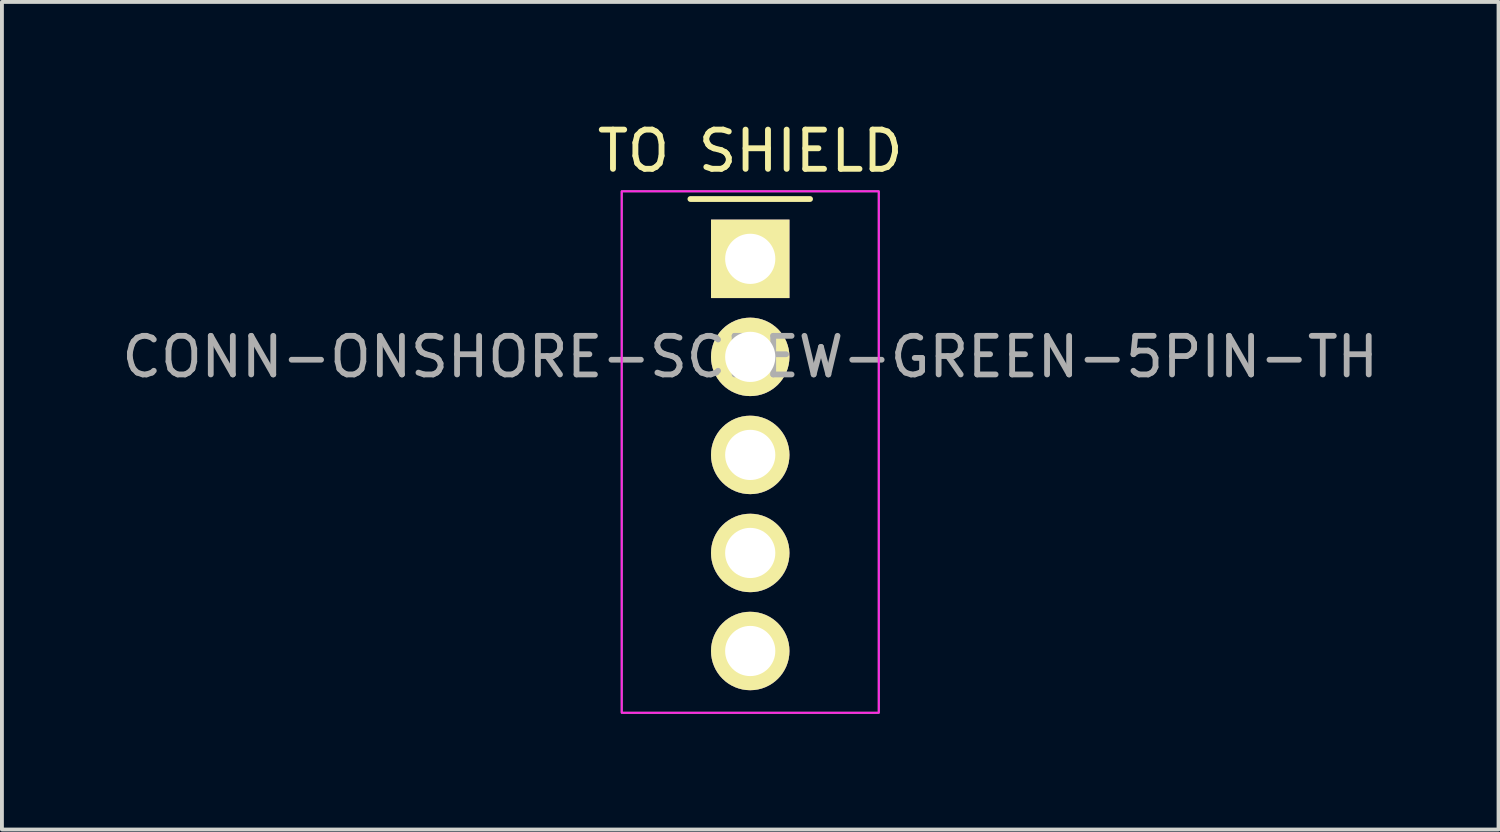
<source format=kicad_pcb>
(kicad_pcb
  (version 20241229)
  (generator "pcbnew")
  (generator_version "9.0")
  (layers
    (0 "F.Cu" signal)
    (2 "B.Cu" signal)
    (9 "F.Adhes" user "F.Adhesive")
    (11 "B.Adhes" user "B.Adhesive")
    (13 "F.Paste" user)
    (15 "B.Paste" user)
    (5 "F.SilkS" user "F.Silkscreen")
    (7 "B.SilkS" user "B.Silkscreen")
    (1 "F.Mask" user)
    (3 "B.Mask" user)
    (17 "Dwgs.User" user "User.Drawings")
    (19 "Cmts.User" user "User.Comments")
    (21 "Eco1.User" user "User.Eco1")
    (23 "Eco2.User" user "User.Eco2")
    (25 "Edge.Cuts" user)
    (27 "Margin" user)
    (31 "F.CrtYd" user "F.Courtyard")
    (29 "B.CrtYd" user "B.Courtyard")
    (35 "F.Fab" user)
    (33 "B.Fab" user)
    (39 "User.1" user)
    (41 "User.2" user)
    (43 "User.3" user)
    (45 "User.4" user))
  (footprint "CONN-ONSHORE-SCREW-GREEN-5PIN-TH"
    (layer "F.Cu")
    (at 16.387 3.656)
    (property "Reference" "CONN-ONSHORE-SCREW-GREEN-5PIN-TH" (at 0 2.54 0) (layer "F.Fab") (effects (font (size 1 1) (thickness 0.15))))
    (attr through_hole)
    (fp_line (start -1.55 -1.55) (end 1.55 -1.55) (stroke (width 0.15) (type solid)) (layer "F.SilkS"))
    (fp_line (start -3.33 -1.75) (end -3.33 11.76) (stroke (width 0.05) (type solid)) (layer "F.CrtYd"))
    (fp_line (start -3.3 -1.75) (end 3.3 -1.75) (stroke (width 0.05) (type solid)) (layer "F.CrtYd"))
    (fp_line (start -3.3 11.76) (end 3.3 11.76) (stroke (width 0.05) (type solid)) (layer "F.CrtYd"))
    (fp_line (start 3.33 -1.75) (end 3.33 11.76) (stroke (width 0.05) (type solid)) (layer "F.CrtYd"))
    (fp_line (start -3.33 -1.75) (end -3.33 11.76) (stroke (width 0.05) (type solid)) (layer "F.Fab"))
    (fp_line (start -3.3 -1.75) (end 3.3 -1.75) (stroke (width 0.05) (type solid)) (layer "F.Fab"))
    (fp_line (start -3.3 11.76) (end 3.3 11.76) (stroke (width 0.05) (type solid)) (layer "F.Fab"))
    (fp_line (start 3.33 -1.75) (end 3.33 11.76) (stroke (width 0.05) (type solid)) (layer "F.Fab"))
    (fp_circle (center 0 0) (end 0 0.254) (stroke (width 0.2) (type solid)) (fill no) (layer "F.Fab"))
    (fp_text user "TO SHIELD" (at 0 -2.794 0) (layer "F.SilkS") (effects (font (size 1.016 1.016) (thickness 0.152))))
    (pad "1" thru_hole rect (at 0 0) (size 2.032 2.032) (drill 1.3) (layers "*.Cu" "*.Mask" "F.SilkS"))
    (pad "2" thru_hole oval (at 0 2.54) (size 2.032 2.032) (drill 1.3) (layers "*.Cu" "*.Mask" "F.SilkS"))
    (pad "3" thru_hole oval (at 0 5.08) (size 2.032 2.032) (drill 1.3) (layers "*.Cu" "*.Mask" "F.SilkS"))
    (pad "4" thru_hole oval (at 0 7.62) (size 2.032 2.032) (drill 1.3) (layers "*.Cu" "*.Mask" "F.SilkS"))
    (pad "5" thru_hole oval (at 0 10.16) (size 2.032 2.032) (drill 1.3) (layers "*.Cu" "*.Mask" "F.SilkS")))
  (gr_rect
    (start -3 -3)
    (end 35.774 18.441)
    (stroke (width 0.1) (type default))
    (fill no)
    (layer "Edge.Cuts")))
</source>
